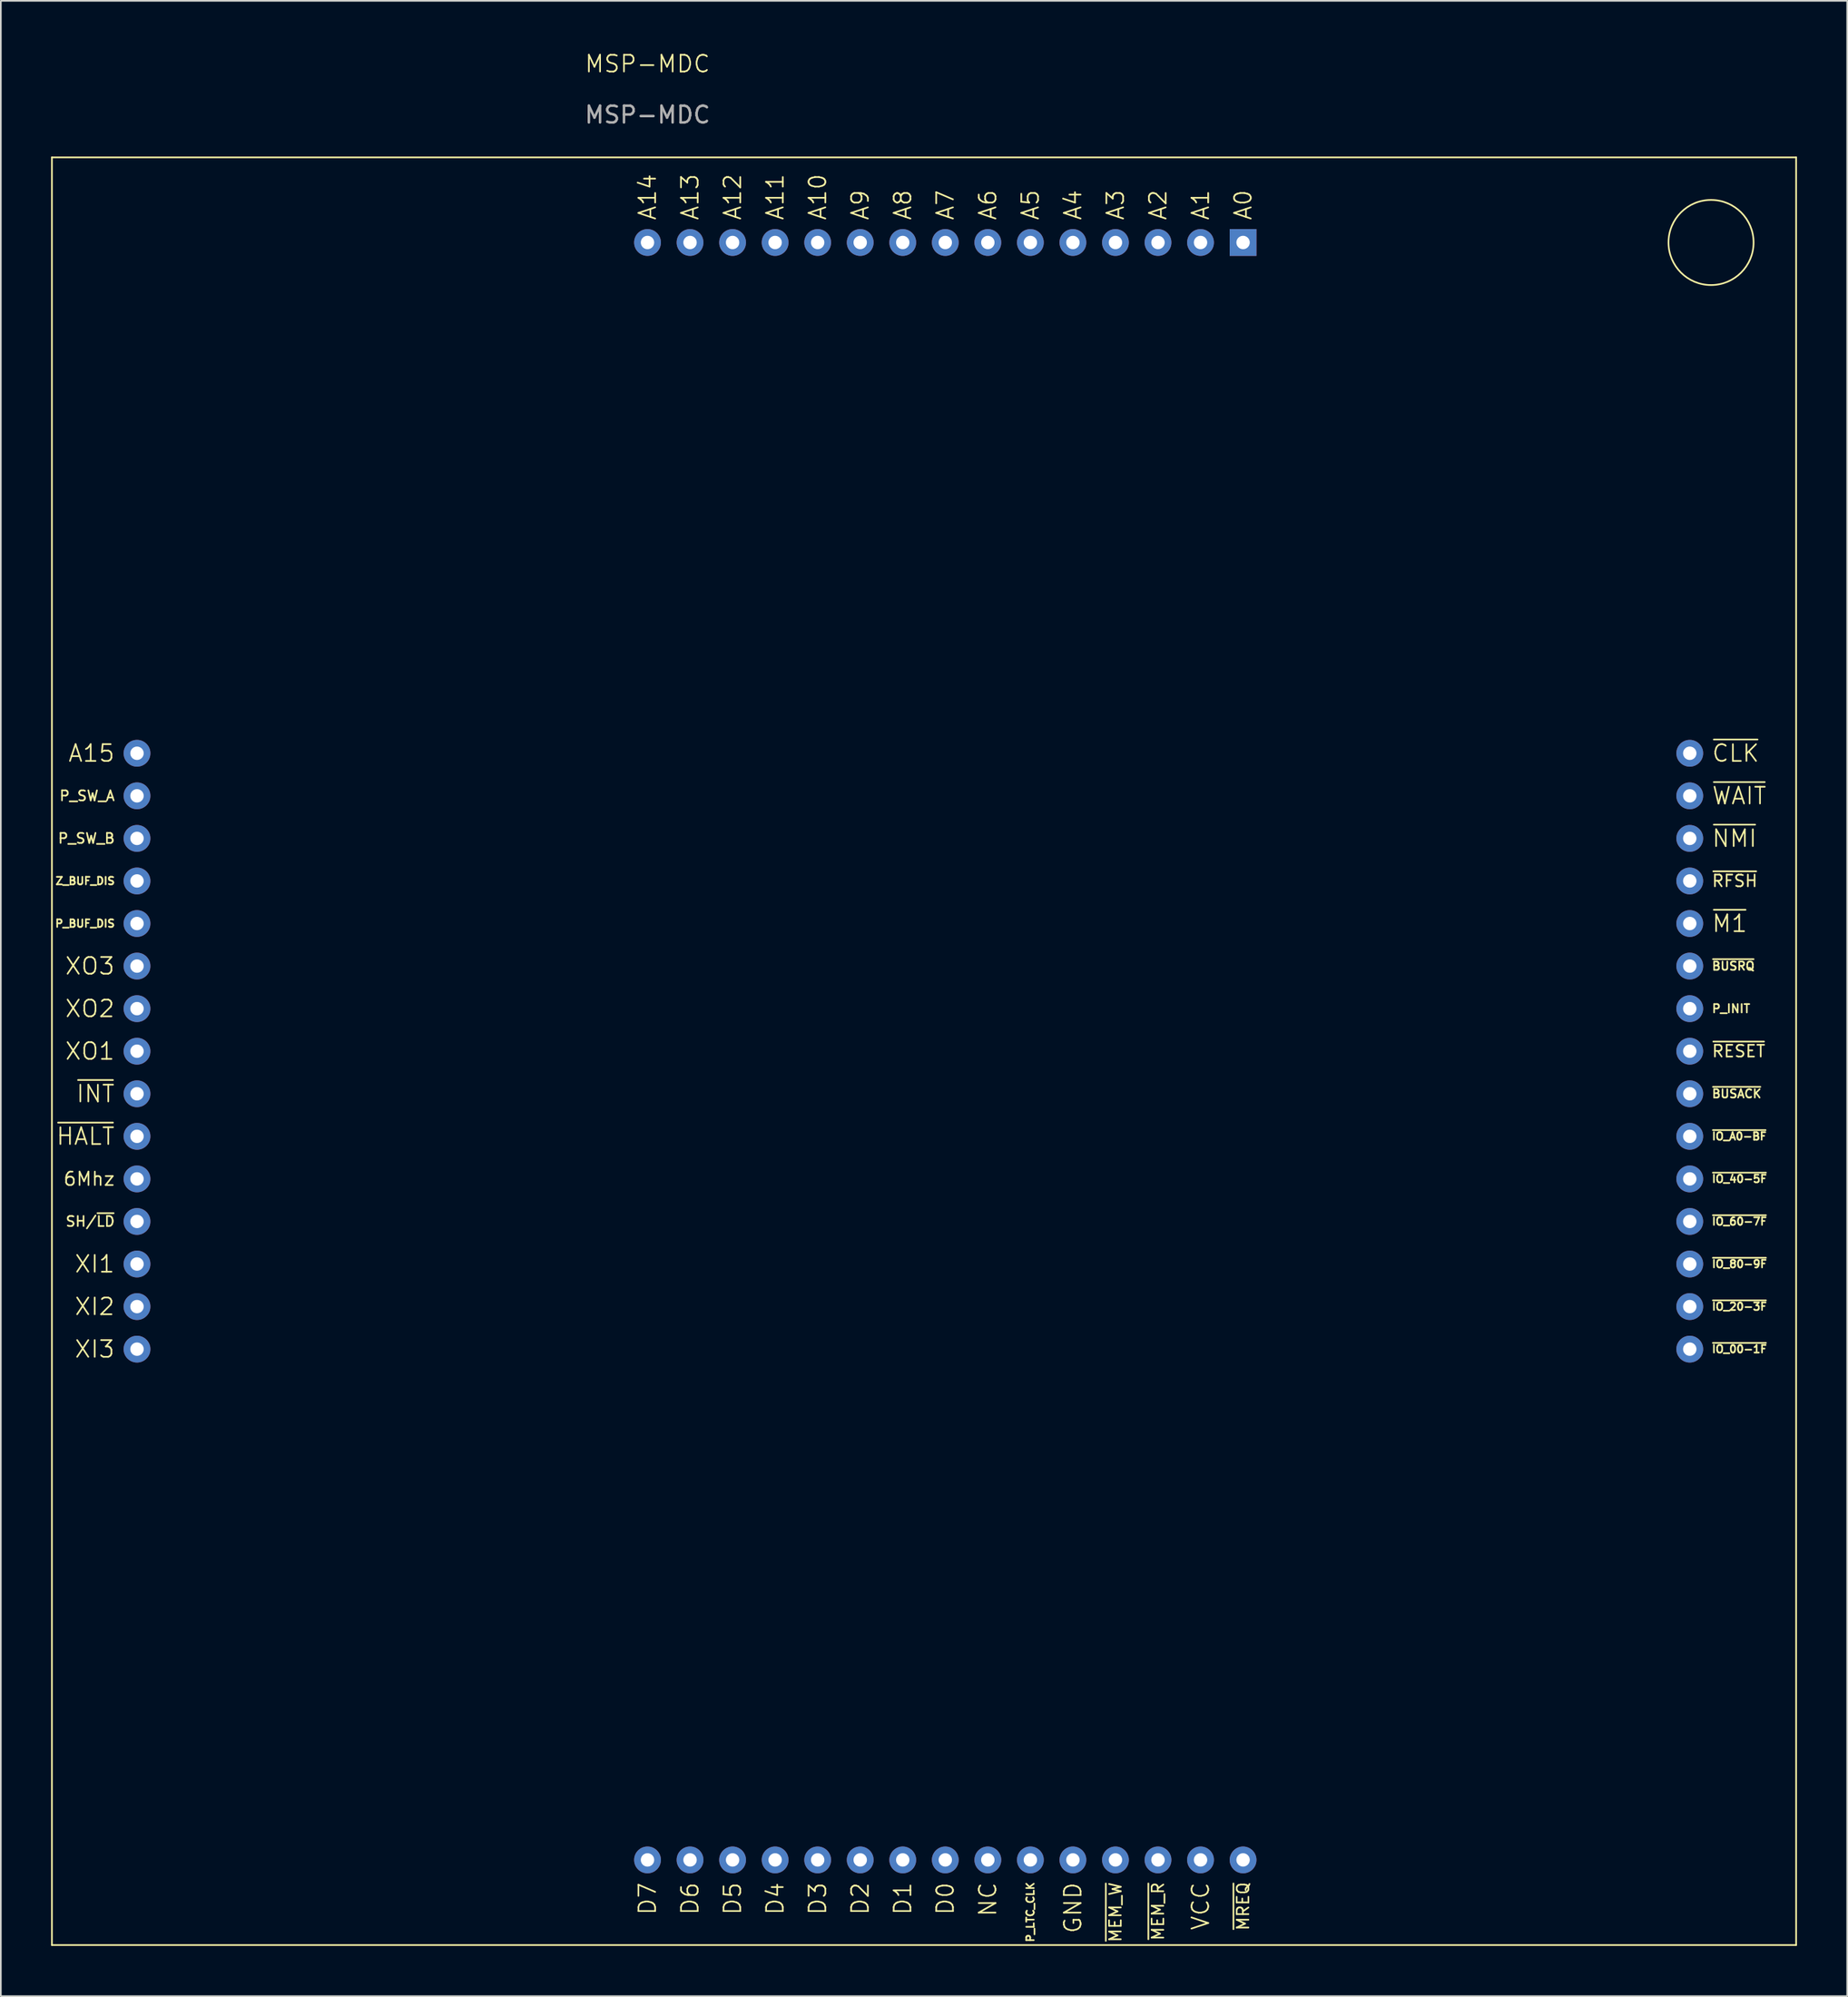
<source format=kicad_pcb>
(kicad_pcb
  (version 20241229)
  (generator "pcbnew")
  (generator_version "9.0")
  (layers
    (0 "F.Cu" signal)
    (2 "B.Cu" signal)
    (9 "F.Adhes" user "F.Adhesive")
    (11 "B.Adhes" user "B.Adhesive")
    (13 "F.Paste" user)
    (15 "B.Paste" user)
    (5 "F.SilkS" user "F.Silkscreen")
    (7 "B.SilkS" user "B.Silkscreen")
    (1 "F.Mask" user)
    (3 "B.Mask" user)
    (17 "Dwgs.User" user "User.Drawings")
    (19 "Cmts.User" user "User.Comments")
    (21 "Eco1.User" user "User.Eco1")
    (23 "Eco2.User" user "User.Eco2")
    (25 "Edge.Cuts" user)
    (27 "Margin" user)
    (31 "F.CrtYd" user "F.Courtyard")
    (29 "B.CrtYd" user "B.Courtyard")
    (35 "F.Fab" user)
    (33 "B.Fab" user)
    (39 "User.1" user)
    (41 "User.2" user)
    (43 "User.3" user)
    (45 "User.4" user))
  (footprint "MSP-MDC"
    (layer "F.Cu")
    (at 35.61 11.421)
    (property "Reference" "MSP-MDC" (at 0 -10.66 0) (unlocked yes) (layer "F.SilkS") (effects (font (size 1 1) (thickness 0.1))))
    (attr smd)
    (fp_line (start -35.56 -5.08) (end -35.56 101.6) (stroke (width 0.1) (type default)) (layer "F.SilkS"))
    (fp_line (start -35.56 101.6) (end 68.58 101.6) (stroke (width 0.1) (type default)) (layer "F.SilkS"))
    (fp_line (start 68.58 -5.08) (end -35.56 -5.08) (stroke (width 0.1) (type default)) (layer "F.SilkS"))
    (fp_line (start 68.58 101.6) (end 68.58 -5.08) (stroke (width 0.1) (type default)) (layer "F.SilkS"))
    (fp_circle (center 63.5 0) (end 63.5 -2.54) (stroke (width 0.1) (type default)) (fill no) (layer "F.SilkS"))
    (fp_text user "~{MREQ}" (at 35.56 97.79 90) (unlocked yes) (layer "F.SilkS") (effects (font (size 0.7 0.7) (thickness 0.1)) (justify right)))
    (fp_text user "NC" (at 20.32 97.79 90) (unlocked yes) (layer "F.SilkS") (effects (font (size 1 1) (thickness 0.1)) (justify right)))
    (fp_text user "A7" (at 17.78 -1.27 90) (unlocked yes) (layer "F.SilkS") (effects (font (size 1 1) (thickness 0.1)) (justify left)))
    (fp_text user "~{RFSH}" (at 63.5 38.1 0) (unlocked yes) (layer "F.SilkS") (effects (font (size 0.7 0.7) (thickness 0.1)) (justify left)))
    (fp_text user "SH/~{LD}" (at -31.75 58.42 0) (unlocked yes) (layer "F.SilkS") (effects (font (size 0.6 0.6) (thickness 0.1)) (justify right)))
    (fp_text user "D0" (at 17.78 97.79 90) (unlocked yes) (layer "F.SilkS") (effects (font (size 1 1) (thickness 0.1)) (justify right)))
    (fp_text user "A0" (at 35.56 -1.27 90) (unlocked yes) (layer "F.SilkS") (effects (font (size 1 1) (thickness 0.1)) (justify left)))
    (fp_text user "D6" (at 2.54 97.79 90) (unlocked yes) (layer "F.SilkS") (effects (font (size 1 1) (thickness 0.1)) (justify right)))
    (fp_text user "D7" (at 0 97.79 90) (unlocked yes) (layer "F.SilkS") (effects (font (size 1 1) (thickness 0.1)) (justify right)))
    (fp_text user "XI3" (at -31.75 66.04 0) (unlocked yes) (layer "F.SilkS") (effects (font (size 1 1) (thickness 0.1)) (justify right)))
    (fp_text user "A15" (at -31.75 30.48 0) (unlocked yes) (layer "F.SilkS") (effects (font (size 1 1) (thickness 0.1)) (justify right)))
    (fp_text user "P_INIT" (at 63.5 45.72 0) (unlocked yes) (layer "F.SilkS") (effects (font (size 0.5 0.5) (thickness 0.1)) (justify left)))
    (fp_text user "6Mhz" (at -31.75 55.88 0) (unlocked yes) (layer "F.SilkS") (effects (font (size 0.8 0.8) (thickness 0.1)) (justify right)))
    (fp_text user "D1" (at 15.24 97.79 90) (unlocked yes) (layer "F.SilkS") (effects (font (size 1 1) (thickness 0.1)) (justify right)))
    (fp_text user "~{MEM_W}" (at 27.94 97.79 90) (unlocked yes) (layer "F.SilkS") (effects (font (size 0.7 0.7) (thickness 0.1)) (justify right)))
    (fp_text user "~{NMI}" (at 63.5 35.56 0) (unlocked yes) (layer "F.SilkS") (effects (font (size 1 1) (thickness 0.1)) (justify left)))
    (fp_text user "~{IO_00-1F}" (at 63.5 66.04 0) (unlocked yes) (layer "F.SilkS") (effects (font (size 0.45 0.45) (thickness 0.1)) (justify left)))
    (fp_text user "~{IO_40-5F}" (at 63.5 55.88 0) (unlocked yes) (layer "F.SilkS") (effects (font (size 0.45 0.45) (thickness 0.1)) (justify left)))
    (fp_text user "A14" (at 0 -1.27 90) (unlocked yes) (layer "F.SilkS") (effects (font (size 1 1) (thickness 0.1)) (justify left)))
    (fp_text user "A13" (at 2.54 -1.27 90) (unlocked yes) (layer "F.SilkS") (effects (font (size 1 1) (thickness 0.1)) (justify left)))
    (fp_text user "A6" (at 20.32 -1.27 90) (unlocked yes) (layer "F.SilkS") (effects (font (size 1 1) (thickness 0.1)) (justify left)))
    (fp_text user "~{M1}" (at 63.5 40.64 0) (unlocked yes) (layer "F.SilkS") (effects (font (size 1 1) (thickness 0.1)) (justify left)))
    (fp_text user "~{BUSACK}" (at 63.5 50.8 0) (unlocked yes) (layer "F.SilkS") (effects (font (size 0.5 0.5) (thickness 0.1)) (justify left)))
    (fp_text user "~{IO_A0-BF}" (at 63.5 53.34 0) (unlocked yes) (layer "F.SilkS") (effects (font (size 0.45 0.45) (thickness 0.1)) (justify left)))
    (fp_text user "~{BUSRQ}" (at 63.5 43.18 0) (unlocked yes) (layer "F.SilkS") (effects (font (size 0.5 0.5) (thickness 0.1)) (justify left)))
    (fp_text user "XO2" (at -31.75 45.72 0) (unlocked yes) (layer "F.SilkS") (effects (font (size 1 1) (thickness 0.1)) (justify right)))
    (fp_text user "P_SW_A" (at -31.75 33.02 0) (unlocked yes) (layer "F.SilkS") (effects (font (size 0.6 0.6) (thickness 0.1)) (justify right)))
    (fp_text user "~{IO_60-7F}" (at 63.5 58.42 0) (unlocked yes) (layer "F.SilkS") (effects (font (size 0.45 0.45) (thickness 0.1)) (justify left)))
    (fp_text user "GND" (at 25.4 97.79 90) (unlocked yes) (layer "F.SilkS") (effects (font (size 1 1) (thickness 0.1)) (justify right)))
    (fp_text user "~{CLK}" (at 63.5 30.48 0) (unlocked yes) (layer "F.SilkS") (effects (font (size 1 1) (thickness 0.1)) (justify left)))
    (fp_text user "A3" (at 27.94 -1.27 90) (unlocked yes) (layer "F.SilkS") (effects (font (size 1 1) (thickness 0.1)) (justify left)))
    (fp_text user "A12" (at 5.08 -1.27 90) (unlocked yes) (layer "F.SilkS") (effects (font (size 1 1) (thickness 0.1)) (justify left)))
    (fp_text user "XO1" (at -31.75 48.26 0) (unlocked yes) (layer "F.SilkS") (effects (font (size 1 1) (thickness 0.1)) (justify right)))
    (fp_text user "D4" (at 7.62 97.79 90) (unlocked yes) (layer "F.SilkS") (effects (font (size 1 1) (thickness 0.1)) (justify right)))
    (fp_text user "~{WAIT}" (at 63.5 33.02 0) (unlocked yes) (layer "F.SilkS") (effects (font (size 1 1) (thickness 0.1)) (justify left)))
    (fp_text user "A5" (at 22.86 -1.27 90) (unlocked yes) (layer "F.SilkS") (effects (font (size 1 1) (thickness 0.1)) (justify left)))
    (fp_text user "~{IO_80-9F}" (at 63.5 60.96 0) (unlocked yes) (layer "F.SilkS") (effects (font (size 0.45 0.45) (thickness 0.1)) (justify left)))
    (fp_text user "D5" (at 5.08 97.79 90) (unlocked yes) (layer "F.SilkS") (effects (font (size 1 1) (thickness 0.1)) (justify right)))
    (fp_text user "A10" (at 10.16 -1.27 90) (unlocked yes) (layer "F.SilkS") (effects (font (size 1 1) (thickness 0.1)) (justify left)))
    (fp_text user "D3" (at 10.16 97.79 90) (unlocked yes) (layer "F.SilkS") (effects (font (size 1 1) (thickness 0.1)) (justify right)))
    (fp_text user "VCC" (at 33.02 97.79 90) (unlocked yes) (layer "F.SilkS") (effects (font (size 1 1) (thickness 0.1)) (justify right)))
    (fp_text user "~{INT}" (at -31.75 50.8 0) (unlocked yes) (layer "F.SilkS") (effects (font (size 1 1) (thickness 0.1)) (justify right)))
    (fp_text user "~{IO_20-3F}" (at 63.5 63.5 0) (unlocked yes) (layer "F.SilkS") (effects (font (size 0.45 0.45) (thickness 0.1)) (justify left)))
    (fp_text user "XI1" (at -31.75 60.96 0) (unlocked yes) (layer "F.SilkS") (effects (font (size 1 1) (thickness 0.1)) (justify right)))
    (fp_text user "P_SW_B" (at -31.75 35.56 0) (unlocked yes) (layer "F.SilkS") (effects (font (size 0.6 0.6) (thickness 0.1)) (justify right)))
    (fp_text user "~{RESET}" (at 63.5 48.26 0) (unlocked yes) (layer "F.SilkS") (effects (font (size 0.7 0.7) (thickness 0.1)) (justify left)))
    (fp_text user "A1" (at 33.02 -1.27 90) (unlocked yes) (layer "F.SilkS") (effects (font (size 1 1) (thickness 0.1)) (justify left)))
    (fp_text user "XO3" (at -31.75 43.18 0) (unlocked yes) (layer "F.SilkS") (effects (font (size 1 1) (thickness 0.1)) (justify right)))
    (fp_text user "A9" (at 12.7 -1.27 90) (unlocked yes) (layer "F.SilkS") (effects (font (size 1 1) (thickness 0.1)) (justify left)))
    (fp_text user "Z_BUF_DIS" (at -31.75 38.1 0) (unlocked yes) (layer "F.SilkS") (effects (font (size 0.45 0.45) (thickness 0.1)) (justify right)))
    (fp_text user "A2" (at 30.48 -1.27 90) (unlocked yes) (layer "F.SilkS") (effects (font (size 1 1) (thickness 0.1)) (justify left)))
    (fp_text user "XI2" (at -31.75 63.5 0) (unlocked yes) (layer "F.SilkS") (effects (font (size 1 1) (thickness 0.1)) (justify right)))
    (fp_text user "A4" (at 25.4 -1.27 90) (unlocked yes) (layer "F.SilkS") (effects (font (size 1 1) (thickness 0.1)) (justify left)))
    (fp_text user "D2" (at 12.7 97.79 90) (unlocked yes) (layer "F.SilkS") (effects (font (size 1 1) (thickness 0.1)) (justify right)))
    (fp_text user "~{HALT}" (at -31.75 53.34 0) (unlocked yes) (layer "F.SilkS") (effects (font (size 1 1) (thickness 0.1)) (justify right)))
    (fp_text user "A8" (at 15.24 -1.27 90) (unlocked yes) (layer "F.SilkS") (effects (font (size 1 1) (thickness 0.1)) (justify left)))
    (fp_text user "P_LTC_CLK" (at 22.86 97.79 90) (unlocked yes) (layer "F.SilkS") (effects (font (size 0.45 0.45) (thickness 0.1)) (justify right)))
    (fp_text user "P_BUF_DIS" (at -31.75 40.64 0) (unlocked yes) (layer "F.SilkS") (effects (font (size 0.45 0.45) (thickness 0.1)) (justify right)))
    (fp_text user "A11" (at 7.62 -1.27 90) (unlocked yes) (layer "F.SilkS") (effects (font (size 1 1) (thickness 0.1)) (justify left)))
    (fp_text user "~{MEM_R}" (at 30.48 97.79 90) (unlocked yes) (layer "F.SilkS") (effects (font (size 0.7 0.7) (thickness 0.1)) (justify right)))
    (fp_text user "${REFERENCE}" (at 0 -7.62 0) (unlocked yes) (layer "F.Fab") (effects (font (size 1 1) (thickness 0.15))))
    (pad "1" thru_hole rect (at 35.56 0 180) (size 1.6 1.6) (drill 0.8) (layers "*.Cu" "*.Mask"))
    (pad "2" thru_hole circle (at 33.02 0 180) (size 1.6 1.6) (drill 0.8) (layers "*.Cu" "*.Mask"))
    (pad "3" thru_hole circle (at 30.48 0 180) (size 1.6 1.6) (drill 0.8) (layers "*.Cu" "*.Mask"))
    (pad "4" thru_hole circle (at 27.94 0 180) (size 1.6 1.6) (drill 0.8) (layers "*.Cu" "*.Mask"))
    (pad "5" thru_hole circle (at 25.4 0 180) (size 1.6 1.6) (drill 0.8) (layers "*.Cu" "*.Mask"))
    (pad "6" thru_hole circle (at 22.86 0 180) (size 1.6 1.6) (drill 0.8) (layers "*.Cu" "*.Mask"))
    (pad "7" thru_hole circle (at 20.32 0 180) (size 1.6 1.6) (drill 0.8) (layers "*.Cu" "*.Mask"))
    (pad "8" thru_hole circle (at 17.78 0 180) (size 1.6 1.6) (drill 0.8) (layers "*.Cu" "*.Mask"))
    (pad "9" thru_hole circle (at 15.24 0 180) (size 1.6 1.6) (drill 0.8) (layers "*.Cu" "*.Mask"))
    (pad "10" thru_hole circle (at 12.7 0 180) (size 1.6 1.6) (drill 0.8) (layers "*.Cu" "*.Mask"))
    (pad "11" thru_hole circle (at 10.16 0 180) (size 1.6 1.6) (drill 0.8) (layers "*.Cu" "*.Mask"))
    (pad "12" thru_hole circle (at 7.62 0 180) (size 1.6 1.6) (drill 0.8) (layers "*.Cu" "*.Mask"))
    (pad "13" thru_hole circle (at 5.08 0 180) (size 1.6 1.6) (drill 0.8) (layers "*.Cu" "*.Mask"))
    (pad "14" thru_hole circle (at 2.54 0 180) (size 1.6 1.6) (drill 0.8) (layers "*.Cu" "*.Mask"))
    (pad "15" thru_hole circle (at 0 0 180) (size 1.6 1.6) (drill 0.8) (layers "*.Cu" "*.Mask"))
    (pad "16" thru_hole circle (at -30.48 30.48 270) (size 1.6 1.6) (drill 0.8) (layers "*.Cu" "*.Mask"))
    (pad "17" thru_hole circle (at -30.48 33.02 270) (size 1.6 1.6) (drill 0.8) (layers "*.Cu" "*.Mask"))
    (pad "18" thru_hole circle (at -30.48 35.56 270) (size 1.6 1.6) (drill 0.8) (layers "*.Cu" "*.Mask"))
    (pad "19" thru_hole circle (at -30.48 38.1 270) (size 1.6 1.6) (drill 0.8) (layers "*.Cu" "*.Mask"))
    (pad "20" thru_hole circle (at -30.48 40.64 270) (size 1.6 1.6) (drill 0.8) (layers "*.Cu" "*.Mask"))
    (pad "21" thru_hole circle (at -30.48 43.18 270) (size 1.6 1.6) (drill 0.8) (layers "*.Cu" "*.Mask"))
    (pad "22" thru_hole circle (at -30.48 45.72 270) (size 1.6 1.6) (drill 0.8) (layers "*.Cu" "*.Mask"))
    (pad "23" thru_hole circle (at -30.48 48.26 270) (size 1.6 1.6) (drill 0.8) (layers "*.Cu" "*.Mask"))
    (pad "24" thru_hole circle (at -30.48 50.8 270) (size 1.6 1.6) (drill 0.8) (layers "*.Cu" "*.Mask"))
    (pad "25" thru_hole circle (at -30.48 53.34 270) (size 1.6 1.6) (drill 0.8) (layers "*.Cu" "*.Mask"))
    (pad "26" thru_hole circle (at -30.48 55.88 270) (size 1.6 1.6) (drill 0.8) (layers "*.Cu" "*.Mask"))
    (pad "27" thru_hole circle (at -30.48 58.42 270) (size 1.6 1.6) (drill 0.8) (layers "*.Cu" "*.Mask"))
    (pad "28" thru_hole circle (at -30.48 60.96 270) (size 1.6 1.6) (drill 0.8) (layers "*.Cu" "*.Mask"))
    (pad "29" thru_hole circle (at -30.48 63.5 270) (size 1.6 1.6) (drill 0.8) (layers "*.Cu" "*.Mask"))
    (pad "30" thru_hole circle (at -30.48 66.04 270) (size 1.6 1.6) (drill 0.8) (layers "*.Cu" "*.Mask"))
    (pad "31" thru_hole circle (at 0 96.52) (size 1.6 1.6) (drill 0.8) (layers "*.Cu" "*.Mask"))
    (pad "32" thru_hole circle (at 2.54 96.52) (size 1.6 1.6) (drill 0.8) (layers "*.Cu" "*.Mask"))
    (pad "33" thru_hole circle (at 5.08 96.52) (size 1.6 1.6) (drill 0.8) (layers "*.Cu" "*.Mask"))
    (pad "34" thru_hole circle (at 7.62 96.52) (size 1.6 1.6) (drill 0.8) (layers "*.Cu" "*.Mask"))
    (pad "35" thru_hole circle (at 10.16 96.52) (size 1.6 1.6) (drill 0.8) (layers "*.Cu" "*.Mask"))
    (pad "36" thru_hole circle (at 12.7 96.52) (size 1.6 1.6) (drill 0.8) (layers "*.Cu" "*.Mask"))
    (pad "37" thru_hole circle (at 15.24 96.52) (size 1.6 1.6) (drill 0.8) (layers "*.Cu" "*.Mask"))
    (pad "38" thru_hole circle (at 17.78 96.52) (size 1.6 1.6) (drill 0.8) (layers "*.Cu" "*.Mask"))
    (pad "39" thru_hole circle (at 20.32 96.52) (size 1.6 1.6) (drill 0.8) (layers "*.Cu" "*.Mask"))
    (pad "40" thru_hole circle (at 22.86 96.52) (size 1.6 1.6) (drill 0.8) (layers "*.Cu" "*.Mask"))
    (pad "41" thru_hole circle (at 25.4 96.52) (size 1.6 1.6) (drill 0.8) (layers "*.Cu" "*.Mask"))
    (pad "42" thru_hole circle (at 27.94 96.52) (size 1.6 1.6) (drill 0.8) (layers "*.Cu" "*.Mask"))
    (pad "43" thru_hole circle (at 30.48 96.52) (size 1.6 1.6) (drill 0.8) (layers "*.Cu" "*.Mask"))
    (pad "44" thru_hole circle (at 33.02 96.52) (size 1.6 1.6) (drill 0.8) (layers "*.Cu" "*.Mask"))
    (pad "45" thru_hole circle (at 35.56 96.52) (size 1.6 1.6) (drill 0.8) (layers "*.Cu" "*.Mask"))
    (pad "46" thru_hole circle (at 62.23 66.04 270) (size 1.6 1.6) (drill 0.8) (layers "*.Cu" "*.Mask"))
    (pad "47" thru_hole circle (at 62.23 63.5 270) (size 1.6 1.6) (drill 0.8) (layers "*.Cu" "*.Mask"))
    (pad "48" thru_hole circle (at 62.23 60.96 270) (size 1.6 1.6) (drill 0.8) (layers "*.Cu" "*.Mask"))
    (pad "49" thru_hole circle (at 62.23 58.42 270) (size 1.6 1.6) (drill 0.8) (layers "*.Cu" "*.Mask"))
    (pad "50" thru_hole circle (at 62.23 55.88 270) (size 1.6 1.6) (drill 0.8) (layers "*.Cu" "*.Mask"))
    (pad "51" thru_hole circle (at 62.23 53.34 270) (size 1.6 1.6) (drill 0.8) (layers "*.Cu" "*.Mask"))
    (pad "52" thru_hole circle (at 62.23 50.8 270) (size 1.6 1.6) (drill 0.8) (layers "*.Cu" "*.Mask"))
    (pad "53" thru_hole circle (at 62.23 48.26 270) (size 1.6 1.6) (drill 0.8) (layers "*.Cu" "*.Mask"))
    (pad "54" thru_hole circle (at 62.23 45.72 270) (size 1.6 1.6) (drill 0.8) (layers "*.Cu" "*.Mask"))
    (pad "55" thru_hole circle (at 62.23 43.18 270) (size 1.6 1.6) (drill 0.8) (layers "*.Cu" "*.Mask"))
    (pad "56" thru_hole circle (at 62.23 40.64 270) (size 1.6 1.6) (drill 0.8) (layers "*.Cu" "*.Mask"))
    (pad "57" thru_hole circle (at 62.23 38.1 270) (size 1.6 1.6) (drill 0.8) (layers "*.Cu" "*.Mask"))
    (pad "58" thru_hole circle (at 62.23 35.56 270) (size 1.6 1.6) (drill 0.8) (layers "*.Cu" "*.Mask"))
    (pad "59" thru_hole circle (at 62.23 33.02 270) (size 1.6 1.6) (drill 0.8) (layers "*.Cu" "*.Mask"))
    (pad "60" thru_hole circle (at 62.23 30.48 270) (size 1.6 1.6) (drill 0.8) (layers "*.Cu" "*.Mask")))
  (gr_rect
    (start -3 -3)
    (end 107.24 116.07)
    (stroke (width 0.1) (type default))
    (fill no)
    (layer "Edge.Cuts")))
</source>
